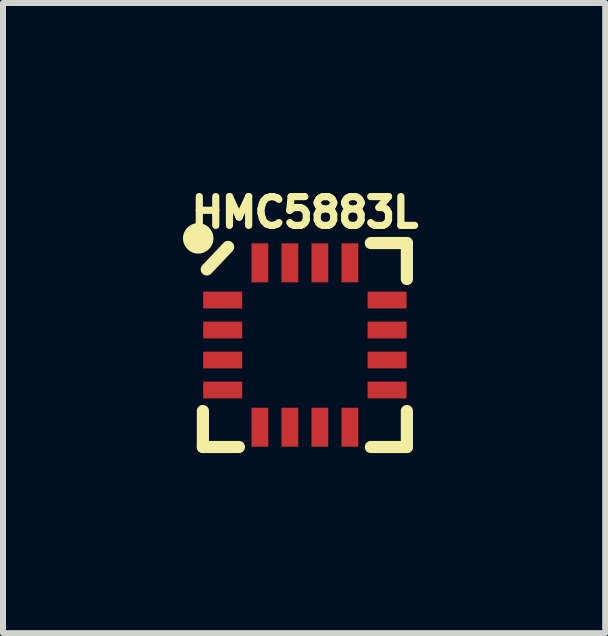
<source format=kicad_pcb>
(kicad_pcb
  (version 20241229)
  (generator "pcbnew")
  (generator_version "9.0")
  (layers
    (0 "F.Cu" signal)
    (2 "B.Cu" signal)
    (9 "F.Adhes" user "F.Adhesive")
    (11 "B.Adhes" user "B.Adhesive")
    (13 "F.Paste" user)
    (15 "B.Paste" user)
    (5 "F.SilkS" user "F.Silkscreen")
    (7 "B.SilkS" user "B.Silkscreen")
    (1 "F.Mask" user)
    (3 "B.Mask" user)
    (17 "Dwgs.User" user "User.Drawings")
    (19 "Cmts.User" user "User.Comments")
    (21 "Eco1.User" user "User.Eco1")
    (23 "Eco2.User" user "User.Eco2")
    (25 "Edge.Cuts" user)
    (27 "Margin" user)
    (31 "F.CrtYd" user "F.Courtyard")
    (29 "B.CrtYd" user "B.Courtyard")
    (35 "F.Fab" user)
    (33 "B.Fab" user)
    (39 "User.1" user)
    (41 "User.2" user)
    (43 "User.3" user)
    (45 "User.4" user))
  (footprint "HMC5883L"
    (layer "F.Cu")
    (at 2.032 2.701)
    (property "Reference" "HMC5883L" (at 0 -2.21 0) (layer "F.SilkS") (effects (font (size 0.48 0.48) (thickness 0.15))))
    (attr smd)
    (fp_line (start -1.7 1.7) (end -1.7 1.1) (stroke (width 0.203) (type solid)) (layer "F.SilkS"))
    (fp_line (start -1.7 1.7) (end -1.1 1.7) (stroke (width 0.203) (type solid)) (layer "F.SilkS"))
    (fp_line (start -1.28 -1.635) (end -1.635 -1.26) (stroke (width 0.203) (type solid)) (layer "F.SilkS"))
    (fp_line (start 1.1 1.7) (end 1.7 1.7) (stroke (width 0.203) (type solid)) (layer "F.SilkS"))
    (fp_line (start 1.7 -1.7) (end 1.1 -1.7) (stroke (width 0.203) (type solid)) (layer "F.SilkS"))
    (fp_line (start 1.7 -1.1) (end 1.7 -1.7) (stroke (width 0.203) (type solid)) (layer "F.SilkS"))
    (fp_line (start 1.7 1.7) (end 1.7 1.1) (stroke (width 0.203) (type solid)) (layer "F.SilkS"))
    (fp_circle (center -1.778 -1.778) (end -1.524 -1.778) (stroke (width 0) (type solid)) (fill yes) (layer "F.SilkS"))
    (pad "1" smd rect (at -1.37 -0.75) (size 0.65 0.28) (layers "F.Cu" "F.Mask" "F.Paste"))
    (pad "2" smd rect (at -1.37 -0.25) (size 0.65 0.28) (layers "F.Cu" "F.Mask" "F.Paste"))
    (pad "3" smd rect (at -1.37 0.25) (size 0.65 0.28) (layers "F.Cu" "F.Mask" "F.Paste"))
    (pad "4" smd rect (at -1.37 0.75) (size 0.65 0.28) (layers "F.Cu" "F.Mask" "F.Paste"))
    (pad "5" smd rect (at -0.75 1.37 270) (size 0.65 0.28) (layers "F.Cu" "F.Mask" "F.Paste"))
    (pad "6" smd rect (at -0.25 1.37 90) (size 0.65 0.28) (layers "F.Cu" "F.Mask" "F.Paste"))
    (pad "7" smd rect (at 0.25 1.37 90) (size 0.65 0.28) (layers "F.Cu" "F.Mask" "F.Paste"))
    (pad "8" smd rect (at 0.75 1.37 90) (size 0.65 0.28) (layers "F.Cu" "F.Mask" "F.Paste"))
    (pad "9" smd rect (at 1.37 0.75) (size 0.65 0.28) (layers "F.Cu" "F.Mask" "F.Paste"))
    (pad "10" smd rect (at 1.37 0.25) (size 0.65 0.28) (layers "F.Cu" "F.Mask" "F.Paste"))
    (pad "11" smd rect (at 1.37 -0.25) (size 0.65 0.28) (layers "F.Cu" "F.Mask" "F.Paste"))
    (pad "12" smd rect (at 1.37 -0.75) (size 0.65 0.28) (layers "F.Cu" "F.Mask" "F.Paste"))
    (pad "13" smd rect (at 0.75 -1.37 90) (size 0.65 0.28) (layers "F.Cu" "F.Mask" "F.Paste"))
    (pad "14" smd rect (at 0.25 -1.37 90) (size 0.65 0.28) (layers "F.Cu" "F.Mask" "F.Paste"))
    (pad "15" smd rect (at -0.25 -1.37 90) (size 0.65 0.28) (layers "F.Cu" "F.Mask" "F.Paste"))
    (pad "16" smd rect (at -0.75 -1.37 90) (size 0.65 0.28) (layers "F.Cu" "F.Mask" "F.Paste")))
  (gr_rect
    (start -3 -3)
    (end 7.038 7.503)
    (stroke (width 0.1) (type default))
    (fill no)
    (layer "Edge.Cuts")))
</source>
